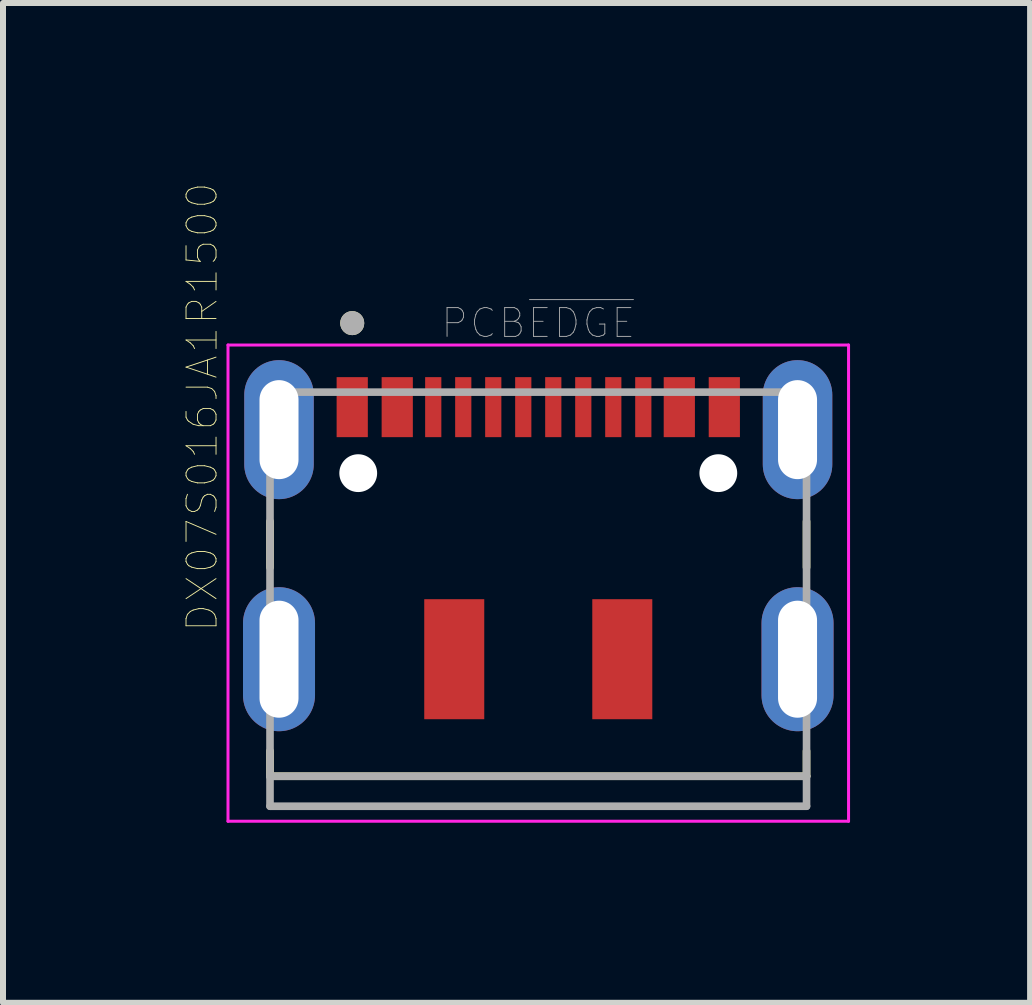
<source format=kicad_pcb>
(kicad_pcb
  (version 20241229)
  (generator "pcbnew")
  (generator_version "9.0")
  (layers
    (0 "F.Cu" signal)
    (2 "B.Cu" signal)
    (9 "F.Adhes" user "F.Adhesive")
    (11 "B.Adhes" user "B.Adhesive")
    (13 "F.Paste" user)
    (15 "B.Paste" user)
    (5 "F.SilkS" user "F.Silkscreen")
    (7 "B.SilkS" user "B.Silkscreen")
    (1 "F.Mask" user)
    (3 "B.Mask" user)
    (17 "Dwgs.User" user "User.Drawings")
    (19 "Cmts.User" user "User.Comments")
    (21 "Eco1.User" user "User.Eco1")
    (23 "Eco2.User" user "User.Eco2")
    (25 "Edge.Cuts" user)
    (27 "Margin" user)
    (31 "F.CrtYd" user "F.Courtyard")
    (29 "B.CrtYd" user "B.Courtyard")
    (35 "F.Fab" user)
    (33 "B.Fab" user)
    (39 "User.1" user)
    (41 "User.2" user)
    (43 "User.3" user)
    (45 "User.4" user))
  (footprint "DX07S016JA1R1500"
    (layer "F.Cu")
    (at 5.919 4.834)
    (property "Reference" "DX07S016JA1R1500" (at -5.6 -1.1 90) (layer "F.SilkS") (effects (font (size 0.5 0.5) (thickness 0.015))))
    (attr through_hole)
    (fp_line (start -4.47 0.805) (end -4.47 1.57) (stroke (width 0.127) (type solid)) (layer "F.SilkS"))
    (fp_line (start -4.47 5.05) (end -4.47 4.63) (stroke (width 0.127) (type solid)) (layer "F.SilkS"))
    (fp_line (start 4.47 0.805) (end 4.47 1.57) (stroke (width 0.127) (type solid)) (layer "F.SilkS"))
    (fp_line (start 4.47 4.63) (end 4.47 5.05) (stroke (width 0.127) (type solid)) (layer "F.SilkS"))
    (fp_line (start 4.47 5.05) (end -4.47 5.05) (stroke (width 0.127) (type solid)) (layer "F.SilkS"))
    (fp_circle (center -3.1 -2.5) (end -3 -2.5) (stroke (width 0.2) (type solid)) (fill no) (layer "F.SilkS"))
    (fp_line (start -5.17 -2.135) (end 5.17 -2.135) (stroke (width 0.05) (type solid)) (layer "F.CrtYd"))
    (fp_line (start -5.17 5.8) (end -5.17 -2.135) (stroke (width 0.05) (type solid)) (layer "F.CrtYd"))
    (fp_line (start 5.17 -2.135) (end 5.17 5.8) (stroke (width 0.05) (type solid)) (layer "F.CrtYd"))
    (fp_line (start 5.17 5.8) (end -5.17 5.8) (stroke (width 0.05) (type solid)) (layer "F.CrtYd"))
    (fp_line (start -4.47 -1.35) (end 4.47 -1.35) (stroke (width 0.127) (type solid)) (layer "F.Fab"))
    (fp_line (start -4.47 5.05) (end -4.47 -1.35) (stroke (width 0.127) (type solid)) (layer "F.Fab"))
    (fp_line (start -4.47 5.55) (end -4.47 5.05) (stroke (width 0.127) (type solid)) (layer "F.Fab"))
    (fp_line (start 4.47 -1.35) (end 4.47 5.05) (stroke (width 0.127) (type solid)) (layer "F.Fab"))
    (fp_line (start 4.47 5.05) (end -4.47 5.05) (stroke (width 0.127) (type solid)) (layer "F.Fab"))
    (fp_line (start 4.47 5.05) (end 4.47 5.55) (stroke (width 0.127) (type solid)) (layer "F.Fab"))
    (fp_line (start 4.47 5.55) (end -4.47 5.55) (stroke (width 0.127) (type solid)) (layer "F.Fab"))
    (fp_circle (center -3.1 -2.5) (end -3 -2.5) (stroke (width 0.2) (type solid)) (fill no) (layer "F.Fab"))
    (fp_text user "PCB~{EDGE}" (at 0 -2.5 0) (layer "F.Fab") (effects (font (size 0.48 0.48) (thickness 0.015))))
    (pad "" np_thru_hole circle (at -3 0) (size 0.63 0.63) (drill 0.63) (layers "*.Cu" "*.Mask"))
    (pad "" np_thru_hole circle (at 3 0) (size 0.63 0.63) (drill 0.63) (layers "*.Cu" "*.Mask"))
    (pad "1" smd rect (at -3.1 -1.1) (size 0.52 1) (layers "F.Cu" "F.Mask" "F.Paste"))
    (pad "2" smd rect (at -2.35 -1.1) (size 0.52 1) (layers "F.Cu" "F.Mask" "F.Paste"))
    (pad "3" smd rect (at -1.75 -1.1) (size 0.27 1) (layers "F.Cu" "F.Mask" "F.Paste"))
    (pad "4" smd rect (at -1.25 -1.1) (size 0.27 1) (layers "F.Cu" "F.Mask" "F.Paste"))
    (pad "5" smd rect (at -0.75 -1.1) (size 0.27 1) (layers "F.Cu" "F.Mask" "F.Paste"))
    (pad "6" smd rect (at -0.25 -1.1) (size 0.27 1) (layers "F.Cu" "F.Mask" "F.Paste"))
    (pad "7" smd rect (at 0.25 -1.1) (size 0.27 1) (layers "F.Cu" "F.Mask" "F.Paste"))
    (pad "8" smd rect (at 0.75 -1.1) (size 0.27 1) (layers "F.Cu" "F.Mask" "F.Paste"))
    (pad "9" smd rect (at 1.25 -1.1) (size 0.27 1) (layers "F.Cu" "F.Mask" "F.Paste"))
    (pad "10" smd rect (at 1.75 -1.1) (size 0.27 1) (layers "F.Cu" "F.Mask" "F.Paste"))
    (pad "11" smd rect (at 2.35 -1.1) (size 0.52 1) (layers "F.Cu" "F.Mask" "F.Paste"))
    (pad "12" smd rect (at 3.1 -1.1) (size 0.52 1) (layers "F.Cu" "F.Mask" "F.Paste"))
    (pad "S1" smd rect (at -1.4 3.1) (size 1 2) (layers "F.Cu" "F.Mask" "F.Paste"))
    (pad "S2" smd rect (at 1.4 3.1) (size 1 2) (layers "F.Cu" "F.Mask" "F.Paste"))
    (pad "S3" thru_hole oval (at -4.32 -0.725) (size 1.158 2.316) (drill oval 0.65 1.65) (layers "*.Cu" "*.Mask"))
    (pad "S4" thru_hole oval (at 4.32 -0.725) (size 1.158 2.316) (drill oval 0.65 1.65) (layers "*.Cu" "*.Mask"))
    (pad "S5" thru_hole oval (at -4.32 3.1) (size 1.2 2.4) (drill oval 0.65 1.95) (layers "*.Cu" "*.Mask"))
    (pad "S6" thru_hole oval (at 4.32 3.1) (size 1.2 2.4) (drill oval 0.65 1.95) (layers "*.Cu" "*.Mask")))
  (gr_rect
    (start -3 -3)
    (end 14.114 13.659)
    (stroke (width 0.1) (type default))
    (fill no)
    (layer "Edge.Cuts")))
</source>
